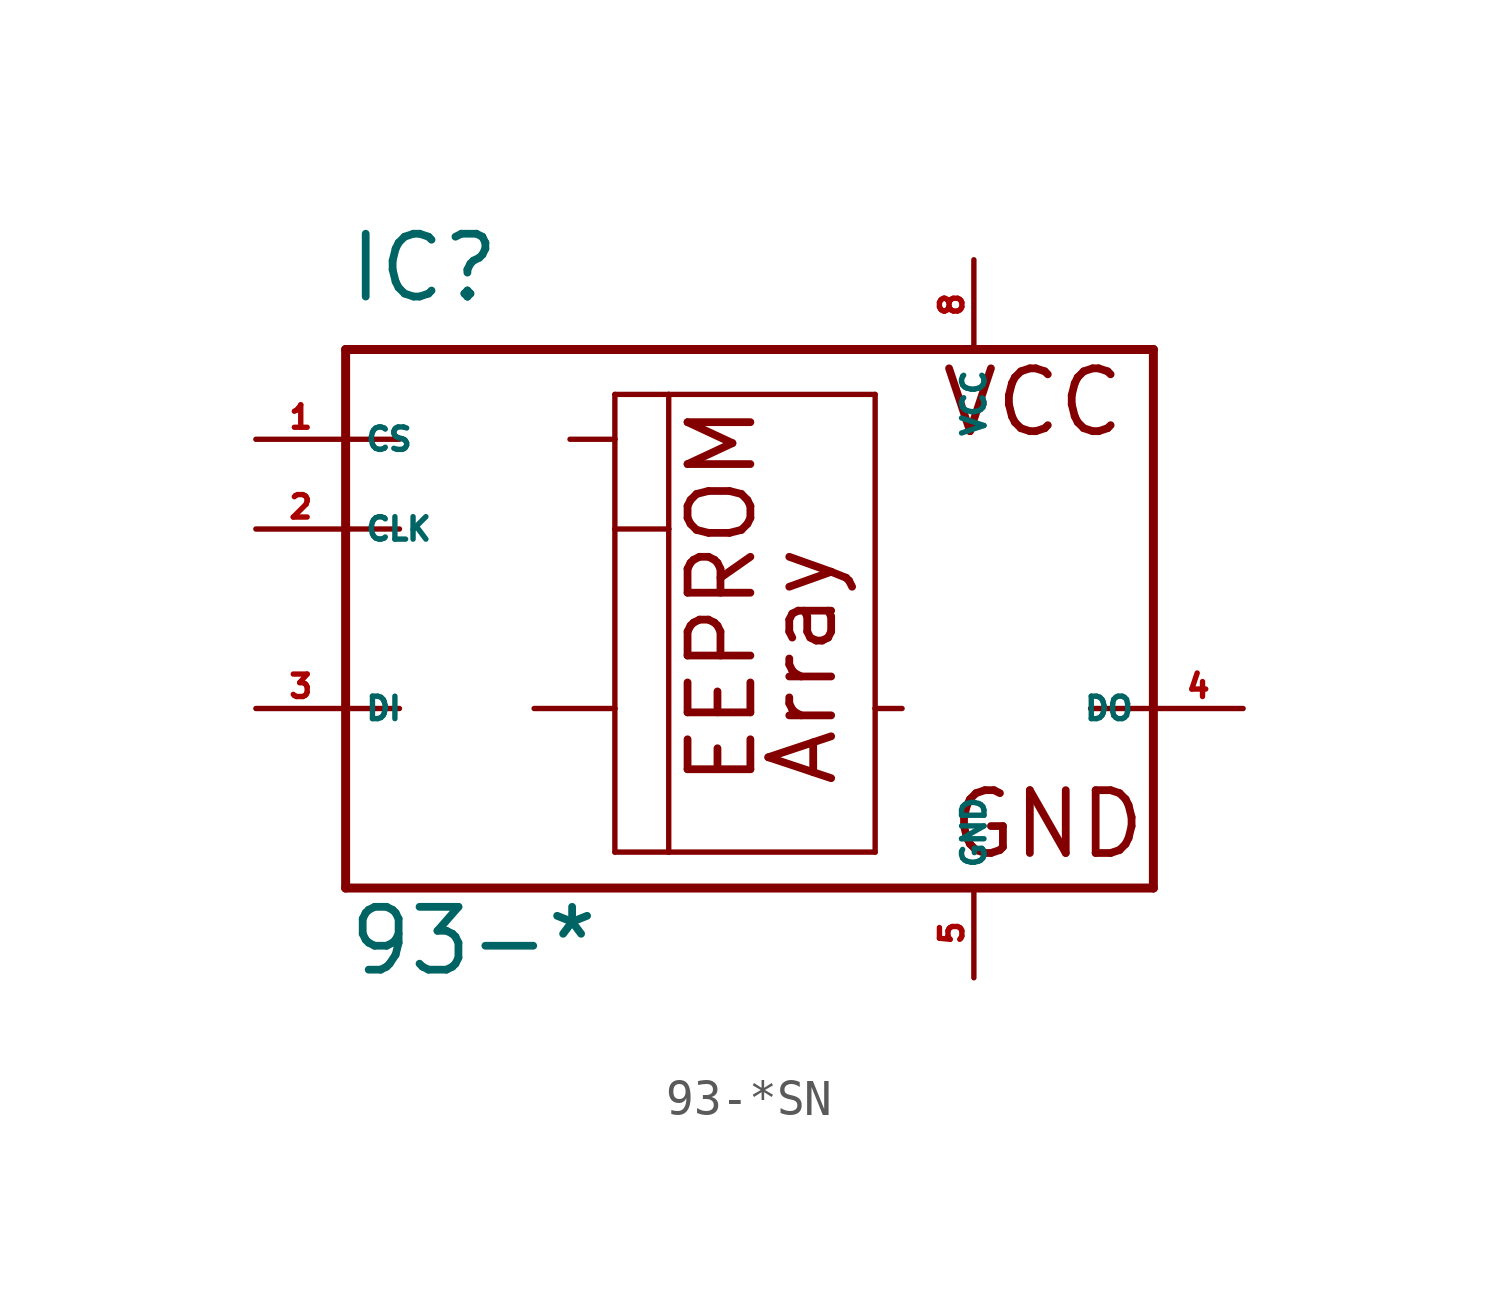
<source format=kicad_sym>
(kicad_symbol_lib
  (version 20220914)
  (generator Eagle2Kicad)
  (symbol "93-*SN"
    (property "Reference" "IC"
      (at -10.16 8.89 0)
      (effects (font (size 1.778 1.778) (thickness 0.22)) (justify left bottom)))
    (property "Value" "93-*"
      (at -10.16 -10.16 0)
      (effects (font (size 1.778 1.778) (thickness 0.22)) (justify left bottom)))
    (polyline
      (pts (xy -10.16 7.62) (xy 12.7 7.62))
      (stroke (width 0.254) (type default))
      (fill (type none)))
    (polyline
      (pts (xy 12.7 7.62) (xy 12.7 -2.54))
      (stroke (width 0.254) (type default))
      (fill (type none)))
    (polyline
      (pts (xy 12.7 -2.54) (xy 12.7 -7.62))
      (stroke (width 0.254) (type default))
      (fill (type none)))
    (polyline
      (pts (xy 12.7 -7.62) (xy -10.16 -7.62))
      (stroke (width 0.254) (type default))
      (fill (type none)))
    (polyline
      (pts (xy -10.16 -7.62) (xy -10.16 -2.54))
      (stroke (width 0.254) (type default))
      (fill (type none)))
    (polyline
      (pts (xy -10.16 -2.54) (xy -10.16 2.54))
      (stroke (width 0.254) (type default))
      (fill (type none)))
    (polyline
      (pts (xy -10.16 2.54) (xy -10.16 5.08))
      (stroke (width 0.254) (type default))
      (fill (type none)))
    (polyline
      (pts (xy -10.16 5.08) (xy -10.16 7.62))
      (stroke (width 0.254) (type default))
      (fill (type none)))
    (polyline
      (pts (xy -2.54 6.35) (xy -1.016 6.35))
      (stroke (width 0.152) (type default))
      (fill (type none)))
    (polyline
      (pts (xy -1.016 6.35) (xy 4.826 6.35))
      (stroke (width 0.152) (type default))
      (fill (type none)))
    (polyline
      (pts (xy 4.826 6.35) (xy 4.826 -2.54))
      (stroke (width 0.152) (type default))
      (fill (type none)))
    (polyline
      (pts (xy 4.826 -2.54) (xy 4.826 -6.604))
      (stroke (width 0.152) (type default))
      (fill (type none)))
    (polyline
      (pts (xy 4.826 -6.604) (xy -1.016 -6.604))
      (stroke (width 0.152) (type default))
      (fill (type none)))
    (polyline
      (pts (xy -1.016 -6.604) (xy -2.54 -6.604))
      (stroke (width 0.152) (type default))
      (fill (type none)))
    (polyline
      (pts (xy -2.54 -6.604) (xy -2.54 -2.54))
      (stroke (width 0.152) (type default))
      (fill (type none)))
    (polyline
      (pts (xy -2.54 -2.54) (xy -2.54 2.54))
      (stroke (width 0.152) (type default))
      (fill (type none)))
    (polyline
      (pts (xy -2.54 2.54) (xy -2.54 5.08))
      (stroke (width 0.152) (type default))
      (fill (type none)))
    (polyline
      (pts (xy -2.54 5.08) (xy -2.54 6.35))
      (stroke (width 0.152) (type default))
      (fill (type none)))
    (polyline
      (pts (xy -4.826 -2.54) (xy -2.54 -2.54))
      (stroke (width 0.152) (type default))
      (fill (type none)))
    (polyline
      (pts (xy -10.16 2.54) (xy -8.636 2.54))
      (stroke (width 0.152) (type default))
      (fill (type none)))
    (polyline
      (pts (xy -10.16 -2.54) (xy -8.636 -2.54))
      (stroke (width 0.152) (type default))
      (fill (type none)))
    (polyline
      (pts (xy 12.7 -2.54) (xy 10.922 -2.54))
      (stroke (width 0.152) (type default))
      (fill (type none)))
    (polyline
      (pts (xy 5.588 -2.54) (xy 4.826 -2.54))
      (stroke (width 0.152) (type default))
      (fill (type none)))
    (polyline
      (pts (xy -1.016 6.35) (xy -1.016 2.54))
      (stroke (width 0.152) (type default))
      (fill (type none)))
    (polyline
      (pts (xy -1.016 2.54) (xy -1.016 -6.604))
      (stroke (width 0.152) (type default))
      (fill (type none)))
    (polyline
      (pts (xy -10.16 5.08) (xy -8.636 5.08))
      (stroke (width 0.152) (type default))
      (fill (type none)))
    (polyline
      (pts (xy -3.81 5.08) (xy -2.54 5.08))
      (stroke (width 0.152) (type default))
      (fill (type none)))
    (polyline
      (pts (xy -1.016 2.54) (xy -2.54 2.54))
      (stroke (width 0.152) (type default))
      (fill (type none)))
    (text "Array"
      (at 3.81 -4.826 900)
      (effects (font (size 1.778 1.778) (thickness 0.22)) (justify left bottom)))
    (text "VCC"
      (at 6.604 5.08 0)
      (effects (font (size 1.778 1.778) (thickness 0.22)) (justify left bottom)))
    (text "GND"
      (at 6.858 -6.858 0)
      (effects (font (size 1.778 1.778) (thickness 0.22)) (justify left bottom)))
    (text "EEPROM"
      (at 1.524 -4.826 900)
      (effects (font (size 1.778 1.778) (thickness 0.22)) (justify left bottom)))
    (pin unspecified line
      (at 7.62 10.16 270)
      (length 2.54)
      (name "VCC" (effects (font (size 0.635 0.635) (thickness 0.08)) (justify left bottom)))
      (number "8" (effects (font (size 0.635 0.635) (thickness 0.08)) (justify left bottom))))
    (pin unspecified line
      (at 7.62 -10.16 90)
      (length 2.54)
      (name "GND" (effects (font (size 0.635 0.635) (thickness 0.08)) (justify left bottom)))
      (number "5" (effects (font (size 0.635 0.635) (thickness 0.08)) (justify left bottom))))
    (pin tri_state line
      (at 15.24 -2.54 180)
      (length 2.54)
      (name "DO" (effects (font (size 0.635 0.635) (thickness 0.08)) (justify left bottom)))
      (number "4" (effects (font (size 0.635 0.635) (thickness 0.08)) (justify left bottom))))
    (pin input line
      (at -12.7 -2.54 0)
      (length 2.54)
      (name "DI" (effects (font (size 0.635 0.635) (thickness 0.08)) (justify left bottom)))
      (number "3" (effects (font (size 0.635 0.635) (thickness 0.08)) (justify left bottom))))
    (pin input line
      (at -12.7 2.54 0)
      (length 2.54)
      (name "CLK" (effects (font (size 0.635 0.635) (thickness 0.08)) (justify left bottom)))
      (number "2" (effects (font (size 0.635 0.635) (thickness 0.08)) (justify left bottom))))
    (pin input line
      (at -12.7 5.08 0)
      (length 2.54)
      (name "CS" (effects (font (size 0.635 0.635) (thickness 0.08)) (justify left bottom)))
      (number "1" (effects (font (size 0.635 0.635) (thickness 0.08)) (justify left bottom))))))
</source>
